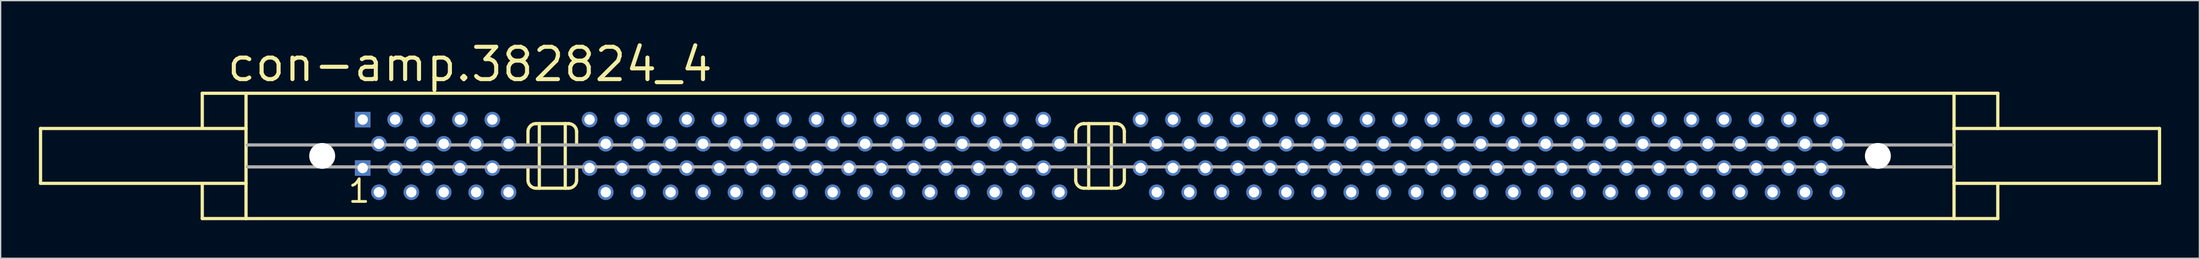
<source format=kicad_pcb>
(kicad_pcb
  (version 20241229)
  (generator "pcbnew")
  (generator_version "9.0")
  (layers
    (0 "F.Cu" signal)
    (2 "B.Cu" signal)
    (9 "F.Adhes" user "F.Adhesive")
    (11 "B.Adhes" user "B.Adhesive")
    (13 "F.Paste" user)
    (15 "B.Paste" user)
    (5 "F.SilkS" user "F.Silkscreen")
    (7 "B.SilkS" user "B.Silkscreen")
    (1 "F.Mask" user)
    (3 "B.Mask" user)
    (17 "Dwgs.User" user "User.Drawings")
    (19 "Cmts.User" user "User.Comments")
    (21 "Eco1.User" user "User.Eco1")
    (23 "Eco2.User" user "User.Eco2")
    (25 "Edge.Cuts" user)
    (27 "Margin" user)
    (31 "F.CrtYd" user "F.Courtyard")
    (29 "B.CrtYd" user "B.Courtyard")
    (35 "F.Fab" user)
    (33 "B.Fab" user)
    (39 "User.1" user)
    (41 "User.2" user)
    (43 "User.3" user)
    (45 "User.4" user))
  (footprint "con-amp.382824_4"
    (layer "F.Cu")
    (at 83.16 9.215)
    (property "Reference" "con-amp.382824_4" (at -68.58 -5.715 0) (layer "F.SilkS") (effects (font (size 2.54 2.54) (thickness 0.32)) (justify left bottom)))
    (attr through_hole)
    (fp_line (start -83.033 -2.159) (end -66.929 -2.159) (stroke (width 0.254) (type default)) (layer "F.SilkS"))
    (fp_line (start -83.033 2.159) (end -83.033 -2.159) (stroke (width 0.254) (type default)) (layer "F.SilkS"))
    (fp_line (start -70.358 -4.928) (end -66.929 -4.928) (stroke (width 0.254) (type default)) (layer "F.SilkS"))
    (fp_line (start -70.358 -2.311) (end -70.358 -4.928) (stroke (width 0.254) (type default)) (layer "F.SilkS"))
    (fp_line (start -70.358 2.286) (end -70.358 4.928) (stroke (width 0.254) (type default)) (layer "F.SilkS"))
    (fp_line (start -70.358 4.928) (end -66.929 4.928) (stroke (width 0.254) (type default)) (layer "F.SilkS"))
    (fp_line (start -66.929 -4.928) (end -66.929 -2.159) (stroke (width 0.254) (type default)) (layer "F.SilkS"))
    (fp_line (start -66.929 -4.928) (end 66.929 -4.928) (stroke (width 0.254) (type default)) (layer "F.SilkS"))
    (fp_line (start -66.929 -2.159) (end -66.929 2.159) (stroke (width 0.254) (type default)) (layer "F.SilkS"))
    (fp_line (start -66.929 2.159) (end -83.033 2.159) (stroke (width 0.254) (type default)) (layer "F.SilkS"))
    (fp_line (start -66.929 4.928) (end -66.929 2.159) (stroke (width 0.254) (type default)) (layer "F.SilkS"))
    (fp_line (start -44.831 -1.905) (end -44.831 -0.889) (stroke (width 0.254) (type default)) (layer "F.SilkS"))
    (fp_line (start -44.831 0.889) (end -44.831 1.905) (stroke (width 0.254) (type default)) (layer "F.SilkS"))
    (fp_line (start -44.196 2.54) (end -43.942 2.54) (stroke (width 0.254) (type default)) (layer "F.SilkS"))
    (fp_line (start -43.942 -2.54) (end -44.196 -2.54) (stroke (width 0.254) (type default)) (layer "F.SilkS"))
    (fp_line (start -43.942 2.54) (end -43.942 -2.54) (stroke (width 0.254) (type default)) (layer "F.SilkS"))
    (fp_line (start -43.942 2.54) (end -41.91 2.54) (stroke (width 0.254) (type default)) (layer "F.SilkS"))
    (fp_line (start -41.91 -2.54) (end -43.942 -2.54) (stroke (width 0.254) (type default)) (layer "F.SilkS"))
    (fp_line (start -41.91 2.54) (end -41.91 -2.54) (stroke (width 0.254) (type default)) (layer "F.SilkS"))
    (fp_line (start -41.91 2.54) (end -41.656 2.54) (stroke (width 0.254) (type default)) (layer "F.SilkS"))
    (fp_line (start -41.656 -2.54) (end -41.91 -2.54) (stroke (width 0.254) (type default)) (layer "F.SilkS"))
    (fp_line (start -41.021 -0.889) (end -41.021 -1.905) (stroke (width 0.254) (type default)) (layer "F.SilkS"))
    (fp_line (start -41.021 1.905) (end -41.021 0.889) (stroke (width 0.254) (type default)) (layer "F.SilkS"))
    (fp_line (start -1.905 -1.905) (end -1.905 -0.889) (stroke (width 0.254) (type default)) (layer "F.SilkS"))
    (fp_line (start -1.905 0.889) (end -1.905 1.905) (stroke (width 0.254) (type default)) (layer "F.SilkS"))
    (fp_line (start -1.27 2.54) (end -0.889 2.54) (stroke (width 0.254) (type default)) (layer "F.SilkS"))
    (fp_line (start -0.889 -2.54) (end -1.27 -2.54) (stroke (width 0.254) (type default)) (layer "F.SilkS"))
    (fp_line (start -0.889 2.54) (end -0.889 -2.54) (stroke (width 0.254) (type default)) (layer "F.SilkS"))
    (fp_line (start -0.889 2.54) (end 0.889 2.54) (stroke (width 0.254) (type default)) (layer "F.SilkS"))
    (fp_line (start 0.889 -2.54) (end -0.889 -2.54) (stroke (width 0.254) (type default)) (layer "F.SilkS"))
    (fp_line (start 0.889 2.54) (end 0.889 -2.54) (stroke (width 0.254) (type default)) (layer "F.SilkS"))
    (fp_line (start 0.889 2.54) (end 1.27 2.54) (stroke (width 0.254) (type default)) (layer "F.SilkS"))
    (fp_line (start 1.27 -2.54) (end 0.889 -2.54) (stroke (width 0.254) (type default)) (layer "F.SilkS"))
    (fp_line (start 1.905 -0.889) (end 1.905 -1.905) (stroke (width 0.254) (type default)) (layer "F.SilkS"))
    (fp_line (start 1.905 1.905) (end 1.905 0.889) (stroke (width 0.254) (type default)) (layer "F.SilkS"))
    (fp_line (start 66.929 -4.928) (end 66.929 -2.159) (stroke (width 0.254) (type default)) (layer "F.SilkS"))
    (fp_line (start 66.929 -2.159) (end 66.929 2.159) (stroke (width 0.254) (type default)) (layer "F.SilkS"))
    (fp_line (start 66.929 2.159) (end 66.929 4.928) (stroke (width 0.254) (type default)) (layer "F.SilkS"))
    (fp_line (start 66.929 4.928) (end -66.904 4.928) (stroke (width 0.254) (type default)) (layer "F.SilkS"))
    (fp_line (start 66.929 4.928) (end 70.358 4.928) (stroke (width 0.254) (type default)) (layer "F.SilkS"))
    (fp_line (start 70.358 -4.928) (end 66.929 -4.928) (stroke (width 0.254) (type default)) (layer "F.SilkS"))
    (fp_line (start 70.358 -2.159) (end 66.929 -2.159) (stroke (width 0.254) (type default)) (layer "F.SilkS"))
    (fp_line (start 70.358 -2.159) (end 70.358 -4.928) (stroke (width 0.254) (type default)) (layer "F.SilkS"))
    (fp_line (start 70.358 2.159) (end 66.929 2.159) (stroke (width 0.254) (type default)) (layer "F.SilkS"))
    (fp_line (start 70.358 2.159) (end 83.033 2.159) (stroke (width 0.254) (type default)) (layer "F.SilkS"))
    (fp_line (start 70.358 4.928) (end 70.358 2.159) (stroke (width 0.254) (type default)) (layer "F.SilkS"))
    (fp_line (start 83.033 -2.159) (end 70.358 -2.159) (stroke (width 0.254) (type default)) (layer "F.SilkS"))
    (fp_line (start 83.033 2.159) (end 83.033 -2.159) (stroke (width 0.254) (type default)) (layer "F.SilkS"))
    (fp_arc (start -44.831 -1.905) (mid -44.645013 -2.354013) (end -44.196 -2.54) (stroke (width 0.254) (type default)) (layer "F.SilkS"))
    (fp_arc (start -44.196 2.54) (mid -44.645013 2.354013) (end -44.831 1.905) (stroke (width 0.254) (type default)) (layer "F.SilkS"))
    (fp_arc (start -41.656 -2.54) (mid -41.206987 -2.354013) (end -41.021 -1.905) (stroke (width 0.254) (type default)) (layer "F.SilkS"))
    (fp_arc (start -41.021 1.905) (mid -41.206987 2.354013) (end -41.656 2.54) (stroke (width 0.254) (type default)) (layer "F.SilkS"))
    (fp_arc (start -1.905 -1.905) (mid -1.719013 -2.354013) (end -1.27 -2.54) (stroke (width 0.254) (type default)) (layer "F.SilkS"))
    (fp_arc (start -1.27 2.54) (mid -1.719013 2.354013) (end -1.905 1.905) (stroke (width 0.254) (type default)) (layer "F.SilkS"))
    (fp_arc (start 1.27 -2.54) (mid 1.719013 -2.354013) (end 1.905 -1.905) (stroke (width 0.254) (type default)) (layer "F.SilkS"))
    (fp_arc (start 1.905 1.905) (mid 1.719013 2.354013) (end 1.27 2.54) (stroke (width 0.254) (type default)) (layer "F.SilkS"))
    (fp_line (start -66.827 -0.864) (end 66.802 -0.864) (stroke (width 0.254) (type default)) (layer "F.Fab"))
    (fp_line (start -66.827 0.864) (end 66.802 0.864) (stroke (width 0.254) (type default)) (layer "F.Fab"))
    (fp_text user "1" (at -59.055 3.81 0) (layer "F.SilkS") (effects (font (size 1.778 1.778) (thickness 0.22)) (justify left bottom)))
    (pad "" np_thru_hole circle (at -60.96 0) (size 2.032 2.032) (drill 2.032) (layers "*.Cu" "*.Mask"))
    (pad "" np_thru_hole circle (at 60.96 0) (size 2.032 2.032) (drill 2.032) (layers "*.Cu" "*.Mask"))
    (pad "1" thru_hole rect (at -57.785 0.953) (size 1.219 1.219) (drill 0.813) (layers "*.Cu" "*.Mask"))
    (pad "2" thru_hole circle (at -56.515 2.857) (size 1.219 1.219) (drill 0.813) (layers "*.Cu" "*.Mask"))
    (pad "3" thru_hole circle (at -55.245 0.953) (size 1.219 1.219) (drill 0.813) (layers "*.Cu" "*.Mask"))
    (pad "4" thru_hole circle (at -53.975 2.857) (size 1.219 1.219) (drill 0.813) (layers "*.Cu" "*.Mask"))
    (pad "5" thru_hole circle (at -52.705 0.953) (size 1.219 1.219) (drill 0.813) (layers "*.Cu" "*.Mask"))
    (pad "6" thru_hole circle (at -51.435 2.857) (size 1.219 1.219) (drill 0.813) (layers "*.Cu" "*.Mask"))
    (pad "7" thru_hole circle (at -50.165 0.953) (size 1.219 1.219) (drill 0.813) (layers "*.Cu" "*.Mask"))
    (pad "8" thru_hole circle (at -48.895 2.857) (size 1.219 1.219) (drill 0.813) (layers "*.Cu" "*.Mask"))
    (pad "9" thru_hole circle (at -47.625 0.953) (size 1.219 1.219) (drill 0.813) (layers "*.Cu" "*.Mask"))
    (pad "10" thru_hole circle (at -46.355 2.857) (size 1.219 1.219) (drill 0.813) (layers "*.Cu" "*.Mask"))
    (pad "11" thru_hole circle (at -40.005 0.953) (size 1.219 1.219) (drill 0.813) (layers "*.Cu" "*.Mask"))
    (pad "12" thru_hole circle (at -38.735 2.857) (size 1.219 1.219) (drill 0.813) (layers "*.Cu" "*.Mask"))
    (pad "13" thru_hole circle (at -37.465 0.953) (size 1.219 1.219) (drill 0.813) (layers "*.Cu" "*.Mask"))
    (pad "14" thru_hole circle (at -36.195 2.857) (size 1.219 1.219) (drill 0.813) (layers "*.Cu" "*.Mask"))
    (pad "15" thru_hole circle (at -34.925 0.953) (size 1.219 1.219) (drill 0.813) (layers "*.Cu" "*.Mask"))
    (pad "16" thru_hole circle (at -33.655 2.857) (size 1.219 1.219) (drill 0.813) (layers "*.Cu" "*.Mask"))
    (pad "17" thru_hole circle (at -32.385 0.953) (size 1.219 1.219) (drill 0.813) (layers "*.Cu" "*.Mask"))
    (pad "18" thru_hole circle (at -31.115 2.857) (size 1.219 1.219) (drill 0.813) (layers "*.Cu" "*.Mask"))
    (pad "19" thru_hole circle (at -29.845 0.953) (size 1.219 1.219) (drill 0.813) (layers "*.Cu" "*.Mask"))
    (pad "20" thru_hole circle (at -28.575 2.857) (size 1.219 1.219) (drill 0.813) (layers "*.Cu" "*.Mask"))
    (pad "21" thru_hole circle (at -27.305 0.953) (size 1.219 1.219) (drill 0.813) (layers "*.Cu" "*.Mask"))
    (pad "22" thru_hole circle (at -26.035 2.857) (size 1.219 1.219) (drill 0.813) (layers "*.Cu" "*.Mask"))
    (pad "23" thru_hole circle (at -24.765 0.953) (size 1.219 1.219) (drill 0.813) (layers "*.Cu" "*.Mask"))
    (pad "24" thru_hole circle (at -23.495 2.857) (size 1.219 1.219) (drill 0.813) (layers "*.Cu" "*.Mask"))
    (pad "25" thru_hole circle (at -22.225 0.953) (size 1.219 1.219) (drill 0.813) (layers "*.Cu" "*.Mask"))
    (pad "26" thru_hole circle (at -20.955 2.857) (size 1.219 1.219) (drill 0.813) (layers "*.Cu" "*.Mask"))
    (pad "27" thru_hole circle (at -19.685 0.953) (size 1.219 1.219) (drill 0.813) (layers "*.Cu" "*.Mask"))
    (pad "28" thru_hole circle (at -18.415 2.857) (size 1.219 1.219) (drill 0.813) (layers "*.Cu" "*.Mask"))
    (pad "29" thru_hole circle (at -17.145 0.953) (size 1.219 1.219) (drill 0.813) (layers "*.Cu" "*.Mask"))
    (pad "30" thru_hole circle (at -15.875 2.857) (size 1.219 1.219) (drill 0.813) (layers "*.Cu" "*.Mask"))
    (pad "31" thru_hole circle (at -14.605 0.953) (size 1.219 1.219) (drill 0.813) (layers "*.Cu" "*.Mask"))
    (pad "32" thru_hole circle (at -13.335 2.857) (size 1.219 1.219) (drill 0.813) (layers "*.Cu" "*.Mask"))
    (pad "33" thru_hole circle (at -12.065 0.953) (size 1.219 1.219) (drill 0.813) (layers "*.Cu" "*.Mask"))
    (pad "34" thru_hole circle (at -10.795 2.857) (size 1.219 1.219) (drill 0.813) (layers "*.Cu" "*.Mask"))
    (pad "35" thru_hole circle (at -9.525 0.953) (size 1.219 1.219) (drill 0.813) (layers "*.Cu" "*.Mask"))
    (pad "36" thru_hole circle (at -8.255 2.857) (size 1.219 1.219) (drill 0.813) (layers "*.Cu" "*.Mask"))
    (pad "37" thru_hole circle (at -6.985 0.953) (size 1.219 1.219) (drill 0.813) (layers "*.Cu" "*.Mask"))
    (pad "38" thru_hole circle (at -5.715 2.857) (size 1.219 1.219) (drill 0.813) (layers "*.Cu" "*.Mask"))
    (pad "39" thru_hole circle (at -4.445 0.953) (size 1.219 1.219) (drill 0.813) (layers "*.Cu" "*.Mask"))
    (pad "40" thru_hole circle (at -3.175 2.857) (size 1.219 1.219) (drill 0.813) (layers "*.Cu" "*.Mask"))
    (pad "41" thru_hole circle (at 3.175 0.953) (size 1.219 1.219) (drill 0.813) (layers "*.Cu" "*.Mask"))
    (pad "42" thru_hole circle (at 4.445 2.857) (size 1.219 1.219) (drill 0.813) (layers "*.Cu" "*.Mask"))
    (pad "43" thru_hole circle (at 5.715 0.953) (size 1.219 1.219) (drill 0.813) (layers "*.Cu" "*.Mask"))
    (pad "44" thru_hole circle (at 6.985 2.857) (size 1.219 1.219) (drill 0.813) (layers "*.Cu" "*.Mask"))
    (pad "45" thru_hole circle (at 8.255 0.953) (size 1.219 1.219) (drill 0.813) (layers "*.Cu" "*.Mask"))
    (pad "46" thru_hole circle (at 9.525 2.857) (size 1.219 1.219) (drill 0.813) (layers "*.Cu" "*.Mask"))
    (pad "47" thru_hole circle (at 10.795 0.953) (size 1.219 1.219) (drill 0.813) (layers "*.Cu" "*.Mask"))
    (pad "48" thru_hole circle (at 12.065 2.857) (size 1.219 1.219) (drill 0.813) (layers "*.Cu" "*.Mask"))
    (pad "49" thru_hole circle (at 13.335 0.953) (size 1.219 1.219) (drill 0.813) (layers "*.Cu" "*.Mask"))
    (pad "50" thru_hole circle (at 14.605 2.857) (size 1.219 1.219) (drill 0.813) (layers "*.Cu" "*.Mask"))
    (pad "51" thru_hole circle (at 15.875 0.953) (size 1.219 1.219) (drill 0.813) (layers "*.Cu" "*.Mask"))
    (pad "52" thru_hole circle (at 17.145 2.857) (size 1.219 1.219) (drill 0.813) (layers "*.Cu" "*.Mask"))
    (pad "53" thru_hole circle (at 18.415 0.953) (size 1.219 1.219) (drill 0.813) (layers "*.Cu" "*.Mask"))
    (pad "54" thru_hole circle (at 19.685 2.857) (size 1.219 1.219) (drill 0.813) (layers "*.Cu" "*.Mask"))
    (pad "55" thru_hole circle (at 20.955 0.953) (size 1.219 1.219) (drill 0.813) (layers "*.Cu" "*.Mask"))
    (pad "56" thru_hole circle (at 22.225 2.857) (size 1.219 1.219) (drill 0.813) (layers "*.Cu" "*.Mask"))
    (pad "57" thru_hole circle (at 23.495 0.953) (size 1.219 1.219) (drill 0.813) (layers "*.Cu" "*.Mask"))
    (pad "58" thru_hole circle (at 24.765 2.857) (size 1.219 1.219) (drill 0.813) (layers "*.Cu" "*.Mask"))
    (pad "59" thru_hole circle (at 26.035 0.953) (size 1.219 1.219) (drill 0.813) (layers "*.Cu" "*.Mask"))
    (pad "60" thru_hole circle (at 27.305 2.857) (size 1.219 1.219) (drill 0.813) (layers "*.Cu" "*.Mask"))
    (pad "61" thru_hole circle (at 28.575 0.953) (size 1.219 1.219) (drill 0.813) (layers "*.Cu" "*.Mask"))
    (pad "62" thru_hole circle (at 29.845 2.857) (size 1.219 1.219) (drill 0.813) (layers "*.Cu" "*.Mask"))
    (pad "63" thru_hole circle (at 31.115 0.953) (size 1.219 1.219) (drill 0.813) (layers "*.Cu" "*.Mask"))
    (pad "64" thru_hole circle (at 32.385 2.857) (size 1.219 1.219) (drill 0.813) (layers "*.Cu" "*.Mask"))
    (pad "65" thru_hole circle (at 33.655 0.953) (size 1.219 1.219) (drill 0.813) (layers "*.Cu" "*.Mask"))
    (pad "66" thru_hole circle (at 34.925 2.857) (size 1.219 1.219) (drill 0.813) (layers "*.Cu" "*.Mask"))
    (pad "67" thru_hole circle (at 36.195 0.953) (size 1.219 1.219) (drill 0.813) (layers "*.Cu" "*.Mask"))
    (pad "68" thru_hole circle (at 37.465 2.857) (size 1.219 1.219) (drill 0.813) (layers "*.Cu" "*.Mask"))
    (pad "69" thru_hole circle (at 38.735 0.953) (size 1.219 1.219) (drill 0.813) (layers "*.Cu" "*.Mask"))
    (pad "70" thru_hole circle (at 40.005 2.857) (size 1.219 1.219) (drill 0.813) (layers "*.Cu" "*.Mask"))
    (pad "71" thru_hole circle (at 41.275 0.953) (size 1.219 1.219) (drill 0.813) (layers "*.Cu" "*.Mask"))
    (pad "72" thru_hole circle (at 42.545 2.857) (size 1.219 1.219) (drill 0.813) (layers "*.Cu" "*.Mask"))
    (pad "73" thru_hole circle (at 43.815 0.953) (size 1.219 1.219) (drill 0.813) (layers "*.Cu" "*.Mask"))
    (pad "74" thru_hole circle (at 45.085 2.857) (size 1.219 1.219) (drill 0.813) (layers "*.Cu" "*.Mask"))
    (pad "75" thru_hole circle (at 46.355 0.953) (size 1.219 1.219) (drill 0.813) (layers "*.Cu" "*.Mask"))
    (pad "76" thru_hole circle (at 47.625 2.857) (size 1.219 1.219) (drill 0.813) (layers "*.Cu" "*.Mask"))
    (pad "77" thru_hole circle (at 48.895 0.953) (size 1.219 1.219) (drill 0.813) (layers "*.Cu" "*.Mask"))
    (pad "78" thru_hole circle (at 50.165 2.857) (size 1.219 1.219) (drill 0.813) (layers "*.Cu" "*.Mask"))
    (pad "79" thru_hole circle (at 51.435 0.953) (size 1.219 1.219) (drill 0.813) (layers "*.Cu" "*.Mask"))
    (pad "80" thru_hole circle (at 52.705 2.857) (size 1.219 1.219) (drill 0.813) (layers "*.Cu" "*.Mask"))
    (pad "81" thru_hole circle (at 53.975 0.953) (size 1.219 1.219) (drill 0.813) (layers "*.Cu" "*.Mask"))
    (pad "82" thru_hole circle (at 55.245 2.857) (size 1.219 1.219) (drill 0.813) (layers "*.Cu" "*.Mask"))
    (pad "83" thru_hole circle (at 56.515 0.953) (size 1.219 1.219) (drill 0.813) (layers "*.Cu" "*.Mask"))
    (pad "84" thru_hole circle (at 57.785 2.857) (size 1.219 1.219) (drill 0.813) (layers "*.Cu" "*.Mask"))
    (pad "85" thru_hole rect (at -57.785 -2.857) (size 1.219 1.219) (drill 0.813) (layers "*.Cu" "*.Mask"))
    (pad "86" thru_hole circle (at -56.515 -0.953) (size 1.219 1.219) (drill 0.813) (layers "*.Cu" "*.Mask"))
    (pad "87" thru_hole circle (at -55.245 -2.857) (size 1.219 1.219) (drill 0.813) (layers "*.Cu" "*.Mask"))
    (pad "88" thru_hole circle (at -53.975 -0.953) (size 1.219 1.219) (drill 0.813) (layers "*.Cu" "*.Mask"))
    (pad "89" thru_hole circle (at -52.705 -2.857) (size 1.219 1.219) (drill 0.813) (layers "*.Cu" "*.Mask"))
    (pad "90" thru_hole circle (at -51.435 -0.953) (size 1.219 1.219) (drill 0.813) (layers "*.Cu" "*.Mask"))
    (pad "91" thru_hole circle (at -50.165 -2.857) (size 1.219 1.219) (drill 0.813) (layers "*.Cu" "*.Mask"))
    (pad "92" thru_hole circle (at -48.895 -0.953) (size 1.219 1.219) (drill 0.813) (layers "*.Cu" "*.Mask"))
    (pad "93" thru_hole circle (at -47.625 -2.857) (size 1.219 1.219) (drill 0.813) (layers "*.Cu" "*.Mask"))
    (pad "94" thru_hole circle (at -46.355 -0.953) (size 1.219 1.219) (drill 0.813) (layers "*.Cu" "*.Mask"))
    (pad "95" thru_hole circle (at -40.005 -2.857) (size 1.219 1.219) (drill 0.813) (layers "*.Cu" "*.Mask"))
    (pad "96" thru_hole circle (at -38.735 -0.953) (size 1.219 1.219) (drill 0.813) (layers "*.Cu" "*.Mask"))
    (pad "97" thru_hole circle (at -37.465 -2.857) (size 1.219 1.219) (drill 0.813) (layers "*.Cu" "*.Mask"))
    (pad "98" thru_hole circle (at -36.195 -0.953) (size 1.219 1.219) (drill 0.813) (layers "*.Cu" "*.Mask"))
    (pad "99" thru_hole circle (at -34.925 -2.857) (size 1.219 1.219) (drill 0.813) (layers "*.Cu" "*.Mask"))
    (pad "100" thru_hole circle (at -33.655 -0.953) (size 1.219 1.219) (drill 0.813) (layers "*.Cu" "*.Mask"))
    (pad "101" thru_hole circle (at -32.385 -2.857) (size 1.219 1.219) (drill 0.813) (layers "*.Cu" "*.Mask"))
    (pad "102" thru_hole circle (at -31.115 -0.953) (size 1.219 1.219) (drill 0.813) (layers "*.Cu" "*.Mask"))
    (pad "103" thru_hole circle (at -29.845 -2.857) (size 1.219 1.219) (drill 0.813) (layers "*.Cu" "*.Mask"))
    (pad "104" thru_hole circle (at -28.575 -0.953) (size 1.219 1.219) (drill 0.813) (layers "*.Cu" "*.Mask"))
    (pad "105" thru_hole circle (at -27.305 -2.857) (size 1.219 1.219) (drill 0.813) (layers "*.Cu" "*.Mask"))
    (pad "106" thru_hole circle (at -26.035 -0.953) (size 1.219 1.219) (drill 0.813) (layers "*.Cu" "*.Mask"))
    (pad "107" thru_hole circle (at -24.765 -2.857) (size 1.219 1.219) (drill 0.813) (layers "*.Cu" "*.Mask"))
    (pad "108" thru_hole circle (at -23.495 -0.953) (size 1.219 1.219) (drill 0.813) (layers "*.Cu" "*.Mask"))
    (pad "109" thru_hole circle (at -22.225 -2.857) (size 1.219 1.219) (drill 0.813) (layers "*.Cu" "*.Mask"))
    (pad "110" thru_hole circle (at -20.955 -0.953) (size 1.219 1.219) (drill 0.813) (layers "*.Cu" "*.Mask"))
    (pad "111" thru_hole circle (at -19.685 -2.857) (size 1.219 1.219) (drill 0.813) (layers "*.Cu" "*.Mask"))
    (pad "112" thru_hole circle (at -18.415 -0.953) (size 1.219 1.219) (drill 0.813) (layers "*.Cu" "*.Mask"))
    (pad "113" thru_hole circle (at -17.145 -2.857) (size 1.219 1.219) (drill 0.813) (layers "*.Cu" "*.Mask"))
    (pad "114" thru_hole circle (at -15.875 -0.953) (size 1.219 1.219) (drill 0.813) (layers "*.Cu" "*.Mask"))
    (pad "115" thru_hole circle (at -14.605 -2.857) (size 1.219 1.219) (drill 0.813) (layers "*.Cu" "*.Mask"))
    (pad "116" thru_hole circle (at -13.335 -0.953) (size 1.219 1.219) (drill 0.813) (layers "*.Cu" "*.Mask"))
    (pad "117" thru_hole circle (at -12.065 -2.857) (size 1.219 1.219) (drill 0.813) (layers "*.Cu" "*.Mask"))
    (pad "118" thru_hole circle (at -10.795 -0.953) (size 1.219 1.219) (drill 0.813) (layers "*.Cu" "*.Mask"))
    (pad "119" thru_hole circle (at -9.525 -2.857) (size 1.219 1.219) (drill 0.813) (layers "*.Cu" "*.Mask"))
    (pad "120" thru_hole circle (at -8.255 -0.953) (size 1.219 1.219) (drill 0.813) (layers "*.Cu" "*.Mask"))
    (pad "121" thru_hole circle (at -6.985 -2.857) (size 1.219 1.219) (drill 0.813) (layers "*.Cu" "*.Mask"))
    (pad "122" thru_hole circle (at -5.715 -0.953) (size 1.219 1.219) (drill 0.813) (layers "*.Cu" "*.Mask"))
    (pad "123" thru_hole circle (at -4.445 -2.857) (size 1.219 1.219) (drill 0.813) (layers "*.Cu" "*.Mask"))
    (pad "124" thru_hole circle (at -3.175 -0.953) (size 1.219 1.219) (drill 0.813) (layers "*.Cu" "*.Mask"))
    (pad "125" thru_hole circle (at 3.175 -2.857) (size 1.219 1.219) (drill 0.813) (layers "*.Cu" "*.Mask"))
    (pad "126" thru_hole circle (at 4.445 -0.953) (size 1.219 1.219) (drill 0.813) (layers "*.Cu" "*.Mask"))
    (pad "127" thru_hole circle (at 5.715 -2.857) (size 1.219 1.219) (drill 0.813) (layers "*.Cu" "*.Mask"))
    (pad "128" thru_hole circle (at 6.985 -0.953) (size 1.219 1.219) (drill 0.813) (layers "*.Cu" "*.Mask"))
    (pad "129" thru_hole circle (at 8.255 -2.857) (size 1.219 1.219) (drill 0.813) (layers "*.Cu" "*.Mask"))
    (pad "130" thru_hole circle (at 9.525 -0.953) (size 1.219 1.219) (drill 0.813) (layers "*.Cu" "*.Mask"))
    (pad "131" thru_hole circle (at 10.795 -2.857) (size 1.219 1.219) (drill 0.813) (layers "*.Cu" "*.Mask"))
    (pad "132" thru_hole circle (at 12.065 -0.953) (size 1.219 1.219) (drill 0.813) (layers "*.Cu" "*.Mask"))
    (pad "133" thru_hole circle (at 13.335 -2.857) (size 1.219 1.219) (drill 0.813) (layers "*.Cu" "*.Mask"))
    (pad "134" thru_hole circle (at 14.605 -0.953) (size 1.219 1.219) (drill 0.813) (layers "*.Cu" "*.Mask"))
    (pad "135" thru_hole circle (at 15.875 -2.857) (size 1.219 1.219) (drill 0.813) (layers "*.Cu" "*.Mask"))
    (pad "136" thru_hole circle (at 17.145 -0.953) (size 1.219 1.219) (drill 0.813) (layers "*.Cu" "*.Mask"))
    (pad "137" thru_hole circle (at 18.415 -2.857) (size 1.219 1.219) (drill 0.813) (layers "*.Cu" "*.Mask"))
    (pad "138" thru_hole circle (at 19.685 -0.953) (size 1.219 1.219) (drill 0.813) (layers "*.Cu" "*.Mask"))
    (pad "139" thru_hole circle (at 20.955 -2.857) (size 1.219 1.219) (drill 0.813) (layers "*.Cu" "*.Mask"))
    (pad "140" thru_hole circle (at 22.225 -0.953) (size 1.219 1.219) (drill 0.813) (layers "*.Cu" "*.Mask"))
    (pad "141" thru_hole circle (at 23.495 -2.857) (size 1.219 1.219) (drill 0.813) (layers "*.Cu" "*.Mask"))
    (pad "142" thru_hole circle (at 24.765 -0.953) (size 1.219 1.219) (drill 0.813) (layers "*.Cu" "*.Mask"))
    (pad "143" thru_hole circle (at 26.035 -2.857) (size 1.219 1.219) (drill 0.813) (layers "*.Cu" "*.Mask"))
    (pad "144" thru_hole circle (at 27.305 -0.953) (size 1.219 1.219) (drill 0.813) (layers "*.Cu" "*.Mask"))
    (pad "145" thru_hole circle (at 28.575 -2.857) (size 1.219 1.219) (drill 0.813) (layers "*.Cu" "*.Mask"))
    (pad "146" thru_hole circle (at 29.845 -0.953) (size 1.219 1.219) (drill 0.813) (layers "*.Cu" "*.Mask"))
    (pad "147" thru_hole circle (at 31.115 -2.857) (size 1.219 1.219) (drill 0.813) (layers "*.Cu" "*.Mask"))
    (pad "148" thru_hole circle (at 32.385 -0.953) (size 1.219 1.219) (drill 0.813) (layers "*.Cu" "*.Mask"))
    (pad "149" thru_hole circle (at 33.655 -2.857) (size 1.219 1.219) (drill 0.813) (layers "*.Cu" "*.Mask"))
    (pad "150" thru_hole circle (at 34.925 -0.953) (size 1.219 1.219) (drill 0.813) (layers "*.Cu" "*.Mask"))
    (pad "151" thru_hole circle (at 36.195 -2.857) (size 1.219 1.219) (drill 0.813) (layers "*.Cu" "*.Mask"))
    (pad "152" thru_hole circle (at 37.465 -0.953) (size 1.219 1.219) (drill 0.813) (layers "*.Cu" "*.Mask"))
    (pad "153" thru_hole circle (at 38.735 -2.857) (size 1.219 1.219) (drill 0.813) (layers "*.Cu" "*.Mask"))
    (pad "154" thru_hole circle (at 40.005 -0.953) (size 1.219 1.219) (drill 0.813) (layers "*.Cu" "*.Mask"))
    (pad "155" thru_hole circle (at 41.275 -2.857) (size 1.219 1.219) (drill 0.813) (layers "*.Cu" "*.Mask"))
    (pad "156" thru_hole circle (at 42.545 -0.953) (size 1.219 1.219) (drill 0.813) (layers "*.Cu" "*.Mask"))
    (pad "157" thru_hole circle (at 43.815 -2.857) (size 1.219 1.219) (drill 0.813) (layers "*.Cu" "*.Mask"))
    (pad "158" thru_hole circle (at 45.085 -0.953) (size 1.219 1.219) (drill 0.813) (layers "*.Cu" "*.Mask"))
    (pad "159" thru_hole circle (at 46.355 -2.857) (size 1.219 1.219) (drill 0.813) (layers "*.Cu" "*.Mask"))
    (pad "160" thru_hole circle (at 47.625 -0.953) (size 1.219 1.219) (drill 0.813) (layers "*.Cu" "*.Mask"))
    (pad "161" thru_hole circle (at 48.895 -2.857) (size 1.219 1.219) (drill 0.813) (layers "*.Cu" "*.Mask"))
    (pad "162" thru_hole circle (at 50.165 -0.953) (size 1.219 1.219) (drill 0.813) (layers "*.Cu" "*.Mask"))
    (pad "163" thru_hole circle (at 51.435 -2.857) (size 1.219 1.219) (drill 0.813) (layers "*.Cu" "*.Mask"))
    (pad "164" thru_hole circle (at 52.705 -0.953) (size 1.219 1.219) (drill 0.813) (layers "*.Cu" "*.Mask"))
    (pad "165" thru_hole circle (at 53.975 -2.857) (size 1.219 1.219) (drill 0.813) (layers "*.Cu" "*.Mask"))
    (pad "166" thru_hole circle (at 55.245 -0.953) (size 1.219 1.219) (drill 0.813) (layers "*.Cu" "*.Mask"))
    (pad "167" thru_hole circle (at 56.515 -2.857) (size 1.219 1.219) (drill 0.813) (layers "*.Cu" "*.Mask"))
    (pad "168" thru_hole circle (at 57.785 -0.953) (size 1.219 1.219) (drill 0.813) (layers "*.Cu" "*.Mask")))
  (gr_rect
    (start -3 -3)
    (end 169.319 17.27)
    (stroke (width 0.1) (type default))
    (fill no)
    (layer "Edge.Cuts")))
</source>
